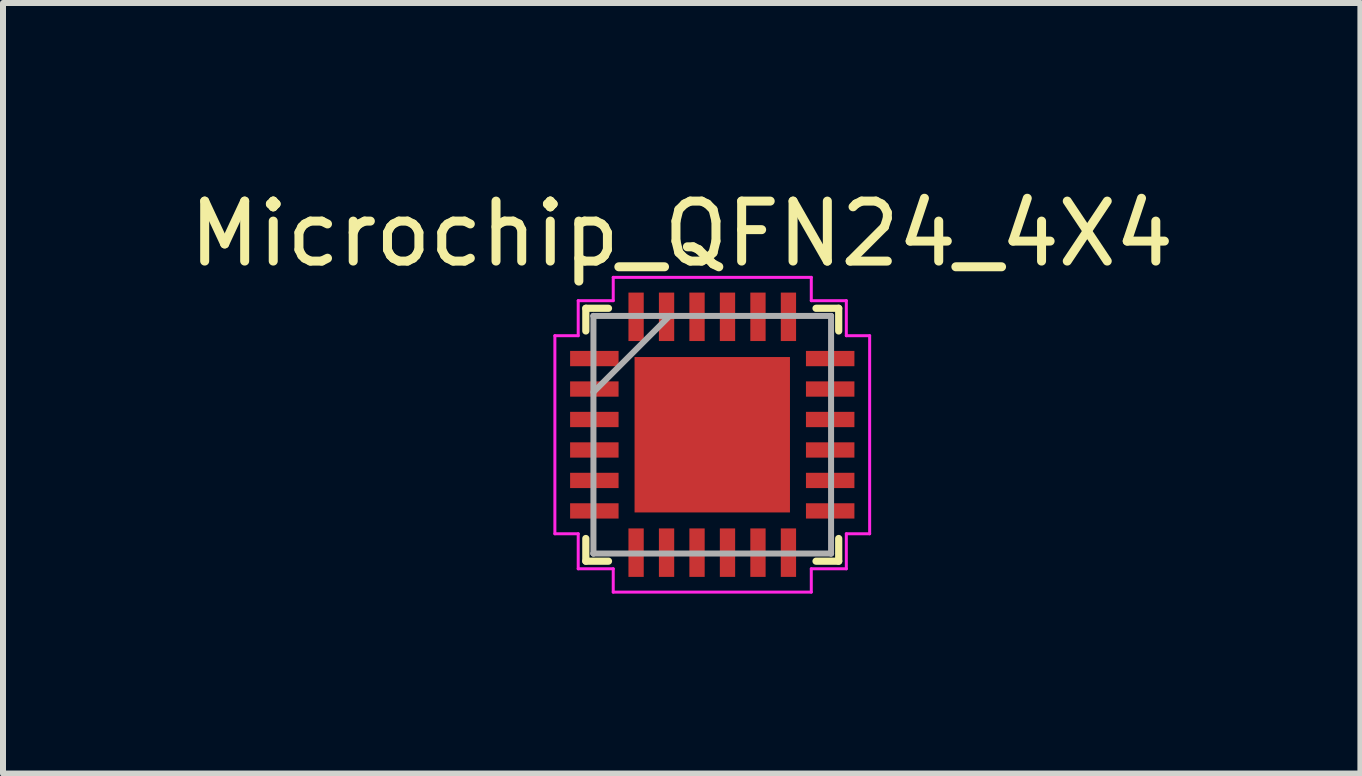
<source format=kicad_pcb>
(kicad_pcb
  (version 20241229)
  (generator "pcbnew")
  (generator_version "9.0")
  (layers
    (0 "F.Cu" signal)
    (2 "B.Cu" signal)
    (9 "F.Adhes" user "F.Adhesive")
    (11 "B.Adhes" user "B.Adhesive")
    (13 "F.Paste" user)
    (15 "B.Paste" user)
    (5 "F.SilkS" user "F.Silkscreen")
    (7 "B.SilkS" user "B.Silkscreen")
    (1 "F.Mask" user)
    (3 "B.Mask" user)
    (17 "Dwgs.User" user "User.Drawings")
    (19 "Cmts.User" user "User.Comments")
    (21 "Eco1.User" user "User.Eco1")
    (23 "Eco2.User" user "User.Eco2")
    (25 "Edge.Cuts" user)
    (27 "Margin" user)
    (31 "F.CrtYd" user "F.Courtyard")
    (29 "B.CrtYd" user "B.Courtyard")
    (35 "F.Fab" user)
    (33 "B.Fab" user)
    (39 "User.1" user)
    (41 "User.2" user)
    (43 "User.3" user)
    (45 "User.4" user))
  (footprint "Microchip_QFN24_4X4"
    (layer "F.Cu")
    (at 8.825 4.198)
    (property "Reference" "Microchip_QFN24_4X4" (at -0.51 -3.35 0) (layer "F.SilkS") (effects (font (size 1 1) (thickness 0.15))))
    (attr through_hole)
    (fp_line (start -2.108 -2.108) (end -2.108 -1.73) (stroke (width 0.12) (type solid)) (layer "F.SilkS"))
    (fp_line (start -2.108 1.73) (end -2.108 2.108) (stroke (width 0.12) (type solid)) (layer "F.SilkS"))
    (fp_line (start -2.108 2.108) (end -1.73 2.108) (stroke (width 0.12) (type solid)) (layer "F.SilkS"))
    (fp_line (start -1.73 -2.108) (end -2.108 -2.108) (stroke (width 0.12) (type solid)) (layer "F.SilkS"))
    (fp_line (start 1.73 2.108) (end 2.108 2.108) (stroke (width 0.12) (type solid)) (layer "F.SilkS"))
    (fp_line (start 2.108 -2.108) (end 1.73 -2.108) (stroke (width 0.12) (type solid)) (layer "F.SilkS"))
    (fp_line (start 2.108 -1.73) (end 2.108 -2.108) (stroke (width 0.12) (type solid)) (layer "F.SilkS"))
    (fp_line (start 2.108 2.108) (end 2.108 1.73) (stroke (width 0.12) (type solid)) (layer "F.SilkS"))
    (fp_poly (pts (xy -1.195 -1.195) (xy -1.195 -0.1) (xy -0.1 -0.1) (xy -0.1 -1.195)) (stroke (width 0.1) (type solid)) (fill yes) (layer "F.Paste"))
    (fp_poly (pts (xy -1.195 0.1) (xy -1.195 1.195) (xy -0.1 1.195) (xy -0.1 0.1)) (stroke (width 0.1) (type solid)) (fill yes) (layer "F.Paste"))
    (fp_poly (pts (xy 0.1 -1.195) (xy 0.1 -0.1) (xy 1.195 -0.1) (xy 1.195 -1.195)) (stroke (width 0.1) (type solid)) (fill yes) (layer "F.Paste"))
    (fp_poly (pts (xy 0.1 0.1) (xy 0.1 1.195) (xy 1.195 1.195) (xy 1.195 0.1)) (stroke (width 0.1) (type solid)) (fill yes) (layer "F.Paste"))
    (fp_line (start -2.624 -1.651) (end -2.235 -1.651) (stroke (width 0.05) (type solid)) (layer "F.CrtYd"))
    (fp_line (start -2.624 1.651) (end -2.624 -1.651) (stroke (width 0.05) (type solid)) (layer "F.CrtYd"))
    (fp_line (start -2.235 -2.235) (end -1.651 -2.235) (stroke (width 0.05) (type solid)) (layer "F.CrtYd"))
    (fp_line (start -2.235 -1.651) (end -2.235 -2.235) (stroke (width 0.05) (type solid)) (layer "F.CrtYd"))
    (fp_line (start -2.235 1.651) (end -2.624 1.651) (stroke (width 0.05) (type solid)) (layer "F.CrtYd"))
    (fp_line (start -2.235 2.235) (end -2.235 1.651) (stroke (width 0.05) (type solid)) (layer "F.CrtYd"))
    (fp_line (start -1.651 -2.624) (end 1.651 -2.624) (stroke (width 0.05) (type solid)) (layer "F.CrtYd"))
    (fp_line (start -1.651 -2.235) (end -1.651 -2.624) (stroke (width 0.05) (type solid)) (layer "F.CrtYd"))
    (fp_line (start -1.651 2.235) (end -2.235 2.235) (stroke (width 0.05) (type solid)) (layer "F.CrtYd"))
    (fp_line (start -1.651 2.624) (end -1.651 2.235) (stroke (width 0.05) (type solid)) (layer "F.CrtYd"))
    (fp_line (start 1.651 -2.624) (end 1.651 -2.235) (stroke (width 0.05) (type solid)) (layer "F.CrtYd"))
    (fp_line (start 1.651 -2.235) (end 2.235 -2.235) (stroke (width 0.05) (type solid)) (layer "F.CrtYd"))
    (fp_line (start 1.651 2.235) (end 1.651 2.624) (stroke (width 0.05) (type solid)) (layer "F.CrtYd"))
    (fp_line (start 1.651 2.624) (end -1.651 2.624) (stroke (width 0.05) (type solid)) (layer "F.CrtYd"))
    (fp_line (start 2.235 -2.235) (end 2.235 -1.651) (stroke (width 0.05) (type solid)) (layer "F.CrtYd"))
    (fp_line (start 2.235 -1.651) (end 2.624 -1.651) (stroke (width 0.05) (type solid)) (layer "F.CrtYd"))
    (fp_line (start 2.235 1.651) (end 2.235 2.235) (stroke (width 0.05) (type solid)) (layer "F.CrtYd"))
    (fp_line (start 2.235 2.235) (end 1.651 2.235) (stroke (width 0.05) (type solid)) (layer "F.CrtYd"))
    (fp_line (start 2.624 -1.651) (end 2.624 1.651) (stroke (width 0.05) (type solid)) (layer "F.CrtYd"))
    (fp_line (start 2.624 1.651) (end 2.235 1.651) (stroke (width 0.05) (type solid)) (layer "F.CrtYd"))
    (fp_line (start -1.981 -1.981) (end -1.981 -1.981) (stroke (width 0.1) (type solid)) (layer "F.Fab"))
    (fp_line (start -1.981 -1.981) (end -1.981 1.981) (stroke (width 0.1) (type solid)) (layer "F.Fab"))
    (fp_line (start -1.981 -0.711) (end -0.711 -1.981) (stroke (width 0.1) (type solid)) (layer "F.Fab"))
    (fp_line (start -1.981 1.981) (end -1.981 1.981) (stroke (width 0.1) (type solid)) (layer "F.Fab"))
    (fp_line (start -1.981 1.981) (end 1.981 1.981) (stroke (width 0.1) (type solid)) (layer "F.Fab"))
    (fp_line (start 1.981 -1.981) (end -1.981 -1.981) (stroke (width 0.1) (type solid)) (layer "F.Fab"))
    (fp_line (start 1.981 -1.981) (end 1.981 -1.981) (stroke (width 0.1) (type solid)) (layer "F.Fab"))
    (fp_line (start 1.981 1.981) (end 1.981 -1.981) (stroke (width 0.1) (type solid)) (layer "F.Fab"))
    (fp_line (start 1.981 1.981) (end 1.981 1.981) (stroke (width 0.1) (type solid)) (layer "F.Fab"))
    (pad "1" smd rect (at -1.966 -1.27 90) (size 0.255 0.808) (layers "F.Cu" "F.Mask" "F.Paste"))
    (pad "2" smd rect (at -1.966 -0.762 90) (size 0.255 0.808) (layers "F.Cu" "F.Mask" "F.Paste"))
    (pad "3" smd rect (at -1.966 -0.254 90) (size 0.255 0.808) (layers "F.Cu" "F.Mask" "F.Paste"))
    (pad "4" smd rect (at -1.966 0.254 90) (size 0.255 0.808) (layers "F.Cu" "F.Mask" "F.Paste"))
    (pad "5" smd rect (at -1.966 0.762 90) (size 0.255 0.808) (layers "F.Cu" "F.Mask" "F.Paste"))
    (pad "6" smd rect (at -1.966 1.27 90) (size 0.255 0.808) (layers "F.Cu" "F.Mask" "F.Paste"))
    (pad "7" smd rect (at -1.27 1.966) (size 0.255 0.808) (layers "F.Cu" "F.Mask" "F.Paste"))
    (pad "8" smd rect (at -0.762 1.966) (size 0.255 0.808) (layers "F.Cu" "F.Mask" "F.Paste"))
    (pad "9" smd rect (at -0.254 1.966) (size 0.255 0.808) (layers "F.Cu" "F.Mask" "F.Paste"))
    (pad "10" smd rect (at 0.254 1.966) (size 0.255 0.808) (layers "F.Cu" "F.Mask" "F.Paste"))
    (pad "11" smd rect (at 0.762 1.966) (size 0.255 0.808) (layers "F.Cu" "F.Mask" "F.Paste"))
    (pad "12" smd rect (at 1.27 1.966) (size 0.255 0.808) (layers "F.Cu" "F.Mask" "F.Paste"))
    (pad "13" smd rect (at 1.966 1.27 90) (size 0.255 0.808) (layers "F.Cu" "F.Mask" "F.Paste"))
    (pad "14" smd rect (at 1.966 0.762 90) (size 0.255 0.808) (layers "F.Cu" "F.Mask" "F.Paste"))
    (pad "15" smd rect (at 1.966 0.254 90) (size 0.255 0.808) (layers "F.Cu" "F.Mask" "F.Paste"))
    (pad "16" smd rect (at 1.966 -0.254 90) (size 0.255 0.808) (layers "F.Cu" "F.Mask" "F.Paste"))
    (pad "17" smd rect (at 1.966 -0.762 90) (size 0.255 0.808) (layers "F.Cu" "F.Mask" "F.Paste"))
    (pad "18" smd rect (at 1.966 -1.27 90) (size 0.255 0.808) (layers "F.Cu" "F.Mask" "F.Paste"))
    (pad "19" smd rect (at 1.27 -1.966) (size 0.255 0.808) (layers "F.Cu" "F.Mask" "F.Paste"))
    (pad "20" smd rect (at 0.762 -1.966) (size 0.255 0.808) (layers "F.Cu" "F.Mask" "F.Paste"))
    (pad "21" smd rect (at 0.254 -1.966) (size 0.255 0.808) (layers "F.Cu" "F.Mask" "F.Paste"))
    (pad "22" smd rect (at -0.254 -1.966) (size 0.255 0.808) (layers "F.Cu" "F.Mask" "F.Paste"))
    (pad "23" smd rect (at -0.762 -1.966) (size 0.255 0.808) (layers "F.Cu" "F.Mask" "F.Paste"))
    (pad "24" smd rect (at -1.27 -1.966) (size 0.255 0.808) (layers "F.Cu" "F.Mask" "F.Paste"))
    (pad "25" smd rect (at 0 0) (size 2.591 2.591) (layers "F.Cu" "F.Mask")))
  (gr_rect
    (start -3 -3)
    (end 19.631 9.847)
    (stroke (width 0.1) (type default))
    (fill no)
    (layer "Edge.Cuts")))
</source>
